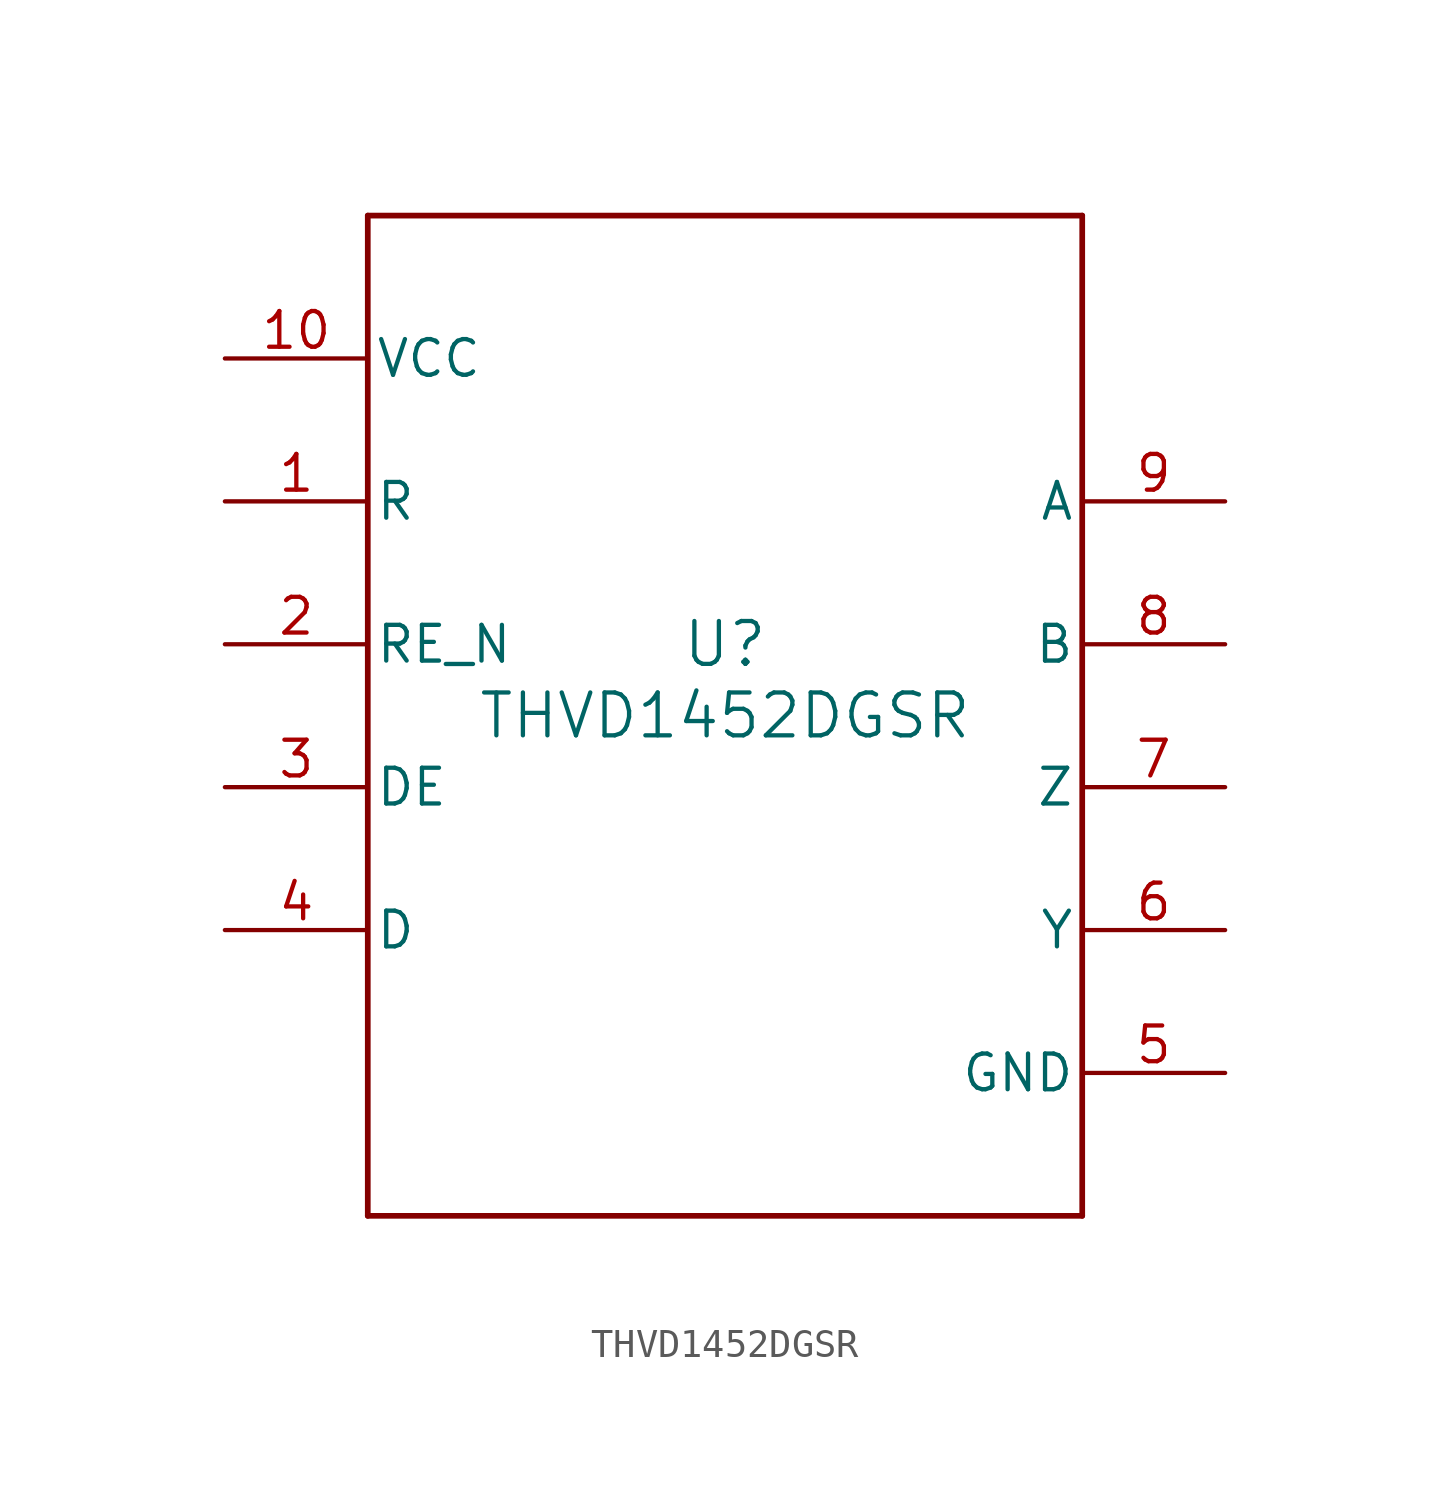
<source format=kicad_sym>
(kicad_symbol_lib
  (version 20211014)
  (generator kicad_symbol_editor)
  (symbol "THVD1452DGSR"
    (pin_names
      (offset 0.254))
    (property "Reference" "U"
      (at 0 2.54 0)
      (effects (font (size 1.524 1.524))))
    (property "Value" "THVD1452DGSR"
      (at 0 0 0)
      (effects (font (size 1.524 1.524))))
    (symbol "THVD1452DGSR_0_1"
      (polyline (pts (xy -12.7 -17.78) (xy 12.7 -17.78)) (stroke (width 0.203) (type default) (color 0 0 0 0)) (fill (type none)))
      (polyline (pts (xy 12.7 -17.78) (xy 12.7 17.78)) (stroke (width 0.203) (type default) (color 0 0 0 0)) (fill (type none)))
      (polyline (pts (xy 12.7 17.78) (xy -12.7 17.78)) (stroke (width 0.203) (type default) (color 0 0 0 0)) (fill (type none)))
      (polyline (pts (xy -12.7 17.78) (xy -12.7 -17.78)) (stroke (width 0.203) (type default) (color 0 0 0 0)) (fill (type none)))
      (pin output line (at -17.78 7.62 0) (length 5.08) (name "R" (effects (font (size 1.27 1.27)))) (number "1" (effects (font (size 1.27 1.27)))))
      (pin input line (at -17.78 2.54 0) (length 5.08) (name "RE_N" (effects (font (size 1.27 1.27)))) (number "2" (effects (font (size 1.27 1.27)))))
      (pin input line (at -17.78 -2.54 0) (length 5.08) (name "DE" (effects (font (size 1.27 1.27)))) (number "3" (effects (font (size 1.27 1.27)))))
      (pin input line (at -17.78 -7.62 0) (length 5.08) (name "D" (effects (font (size 1.27 1.27)))) (number "4" (effects (font (size 1.27 1.27)))))
      (pin power_in line (at 17.78 -12.7 180) (length 5.08) (name "GND" (effects (font (size 1.27 1.27)))) (number "5" (effects (font (size 1.27 1.27)))))
      (pin output line (at 17.78 -7.62 180) (length 5.08) (name "Y" (effects (font (size 1.27 1.27)))) (number "6" (effects (font (size 1.27 1.27)))))
      (pin output line (at 17.78 -2.54 180) (length 5.08) (name "Z" (effects (font (size 1.27 1.27)))) (number "7" (effects (font (size 1.27 1.27)))))
      (pin input line (at 17.78 2.54 180) (length 5.08) (name "B" (effects (font (size 1.27 1.27)))) (number "8" (effects (font (size 1.27 1.27)))))
      (pin input line (at 17.78 7.62 180) (length 5.08) (name "A" (effects (font (size 1.27 1.27)))) (number "9" (effects (font (size 1.27 1.27)))))
      (pin power_in line (at -17.78 12.7 0) (length 5.08) (name "VCC" (effects (font (size 1.27 1.27)))) (number "10" (effects (font (size 1.27 1.27))))))))
</source>
